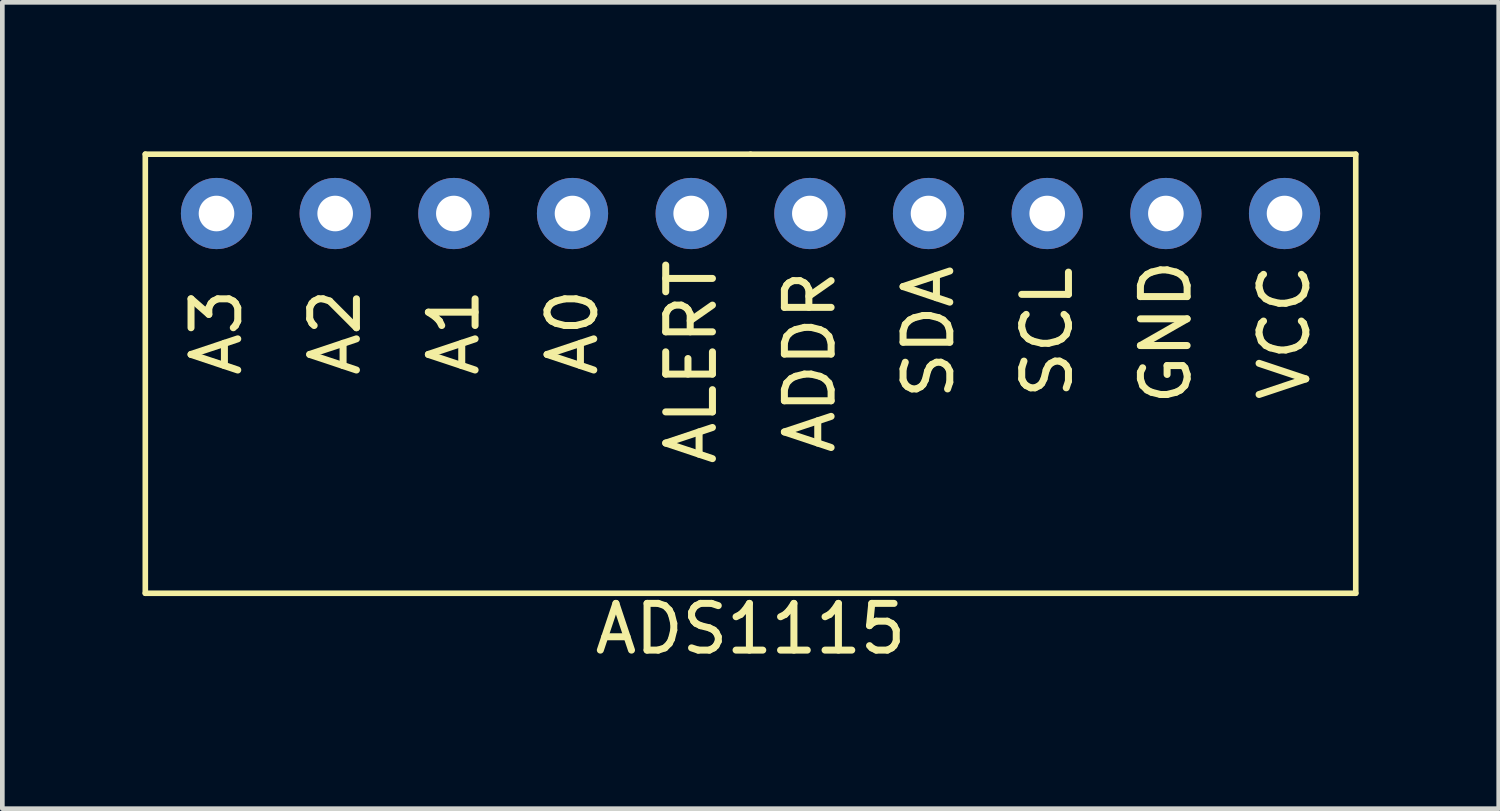
<source format=kicad_pcb>
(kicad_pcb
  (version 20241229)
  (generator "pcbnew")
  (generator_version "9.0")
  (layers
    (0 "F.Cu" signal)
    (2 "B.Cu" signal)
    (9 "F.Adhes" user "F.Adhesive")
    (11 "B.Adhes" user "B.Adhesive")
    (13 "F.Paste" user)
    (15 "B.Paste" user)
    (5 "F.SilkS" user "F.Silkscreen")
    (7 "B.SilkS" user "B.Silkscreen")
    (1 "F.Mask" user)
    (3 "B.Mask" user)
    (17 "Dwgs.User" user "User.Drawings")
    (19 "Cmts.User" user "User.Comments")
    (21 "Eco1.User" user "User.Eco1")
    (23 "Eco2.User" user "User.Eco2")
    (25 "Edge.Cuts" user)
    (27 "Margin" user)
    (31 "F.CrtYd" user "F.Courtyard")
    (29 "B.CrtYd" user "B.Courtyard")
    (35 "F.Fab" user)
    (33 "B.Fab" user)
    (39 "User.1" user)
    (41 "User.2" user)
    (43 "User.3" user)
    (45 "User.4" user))
  (footprint "ADS1115"
    (layer "F.Cu")
    (at 13.014 0.25)
    (property "Reference" "ADS1115" (at 0 10.16 0) (layer "F.SilkS") (effects (font (size 1 1) (thickness 0.15))))
    (attr through_hole)
    (fp_line (start -12.954 0) (end -12.954 9.398) (stroke (width 0.12) (type solid)) (layer "F.SilkS"))
    (fp_line (start -12.954 9.398) (end 12.954 9.398) (stroke (width 0.12) (type solid)) (layer "F.SilkS"))
    (fp_line (start 0 0) (end -12.954 0) (stroke (width 0.12) (type solid)) (layer "F.SilkS"))
    (fp_line (start 12.954 0) (end 0 0) (stroke (width 0.12) (type solid)) (layer "F.SilkS"))
    (fp_line (start 12.954 9.398) (end 12.954 0) (stroke (width 0.12) (type solid)) (layer "F.SilkS"))
    (fp_text user "A3" (at -11.43 3.81 90) (layer "F.SilkS") (effects (font (size 1 1) (thickness 0.15))))
    (fp_text user "SCL" (at 6.35 3.81 90) (layer "F.SilkS") (effects (font (size 1 1) (thickness 0.15))))
    (fp_text user "ALERT" (at -1.27 4.445 90) (layer "F.SilkS") (effects (font (size 1 1) (thickness 0.15))))
    (fp_text user "A1" (at -6.35 3.81 90) (layer "F.SilkS") (effects (font (size 1 1) (thickness 0.15))))
    (fp_text user "SDA" (at 3.81 3.81 90) (layer "F.SilkS") (effects (font (size 1 1) (thickness 0.15))))
    (fp_text user "VCC" (at 11.43 3.81 90) (layer "F.SilkS") (effects (font (size 1 1) (thickness 0.15))))
    (fp_text user "ADDR" (at 1.27 4.445 90) (layer "F.SilkS") (effects (font (size 1 1) (thickness 0.15))))
    (fp_text user "A2" (at -8.89 3.81 90) (layer "F.SilkS") (effects (font (size 1 1) (thickness 0.15))))
    (fp_text user "A0" (at -3.81 3.81 90) (layer "F.SilkS") (effects (font (size 1 1) (thickness 0.15))))
    (fp_text user "GND" (at 8.89 3.81 90) (layer "F.SilkS") (effects (font (size 1 1) (thickness 0.15))))
    (pad "1" thru_hole circle (at -11.43 1.27) (size 1.524 1.524) (drill 0.762) (layers "*.Cu" "*.Mask"))
    (pad "2" thru_hole circle (at -8.89 1.27) (size 1.524 1.524) (drill 0.762) (layers "*.Cu" "*.Mask"))
    (pad "3" thru_hole circle (at -6.35 1.27) (size 1.524 1.524) (drill 0.762) (layers "*.Cu" "*.Mask"))
    (pad "4" thru_hole circle (at -3.81 1.27) (size 1.524 1.524) (drill 0.762) (layers "*.Cu" "*.Mask"))
    (pad "5" thru_hole circle (at -1.27 1.27) (size 1.524 1.524) (drill 0.762) (layers "*.Cu" "*.Mask"))
    (pad "6" thru_hole circle (at 1.27 1.27) (size 1.524 1.524) (drill 0.762) (layers "*.Cu" "*.Mask"))
    (pad "7" thru_hole circle (at 3.81 1.27) (size 1.524 1.524) (drill 0.762) (layers "*.Cu" "*.Mask"))
    (pad "8" thru_hole circle (at 6.35 1.27) (size 1.524 1.524) (drill 0.762) (layers "*.Cu" "*.Mask"))
    (pad "9" thru_hole circle (at 8.89 1.27) (size 1.524 1.524) (drill 0.762) (layers "*.Cu" "*.Mask"))
    (pad "10" thru_hole circle (at 11.43 1.27) (size 1.524 1.524) (drill 0.762) (layers "*.Cu" "*.Mask")))
  (gr_rect
    (start -3 -3)
    (end 29.028 14.258)
    (stroke (width 0.1) (type default))
    (fill no)
    (layer "Edge.Cuts")))
</source>
